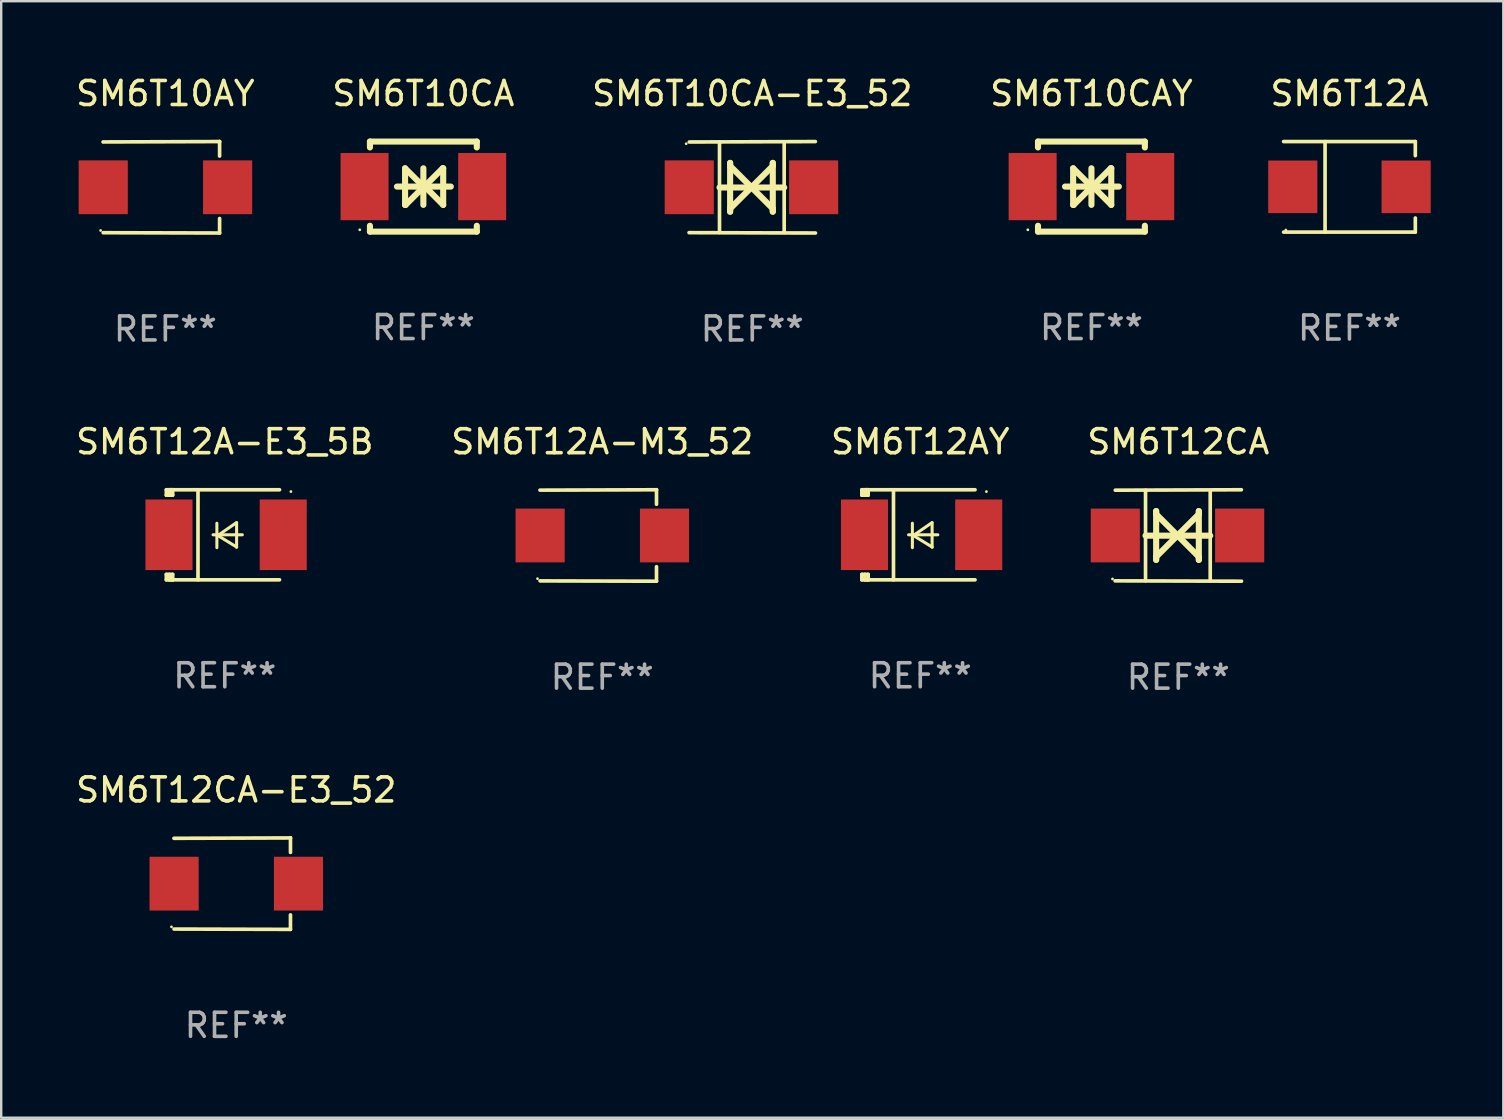
<source format=kicad_pcb>
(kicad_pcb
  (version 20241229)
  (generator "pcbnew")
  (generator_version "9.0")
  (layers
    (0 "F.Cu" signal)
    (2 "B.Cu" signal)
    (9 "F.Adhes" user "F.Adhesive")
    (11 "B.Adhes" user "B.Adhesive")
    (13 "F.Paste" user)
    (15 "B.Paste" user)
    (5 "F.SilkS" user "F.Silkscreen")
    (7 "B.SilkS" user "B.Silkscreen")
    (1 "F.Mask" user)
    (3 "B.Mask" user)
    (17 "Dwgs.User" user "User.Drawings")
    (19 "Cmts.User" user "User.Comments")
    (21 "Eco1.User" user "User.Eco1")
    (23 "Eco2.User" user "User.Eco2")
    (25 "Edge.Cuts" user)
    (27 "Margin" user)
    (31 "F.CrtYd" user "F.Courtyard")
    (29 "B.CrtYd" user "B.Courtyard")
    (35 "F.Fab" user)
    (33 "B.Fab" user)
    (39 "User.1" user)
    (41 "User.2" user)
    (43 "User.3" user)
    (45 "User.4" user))
  (footprint "SM6T10CA-E3_52"
    (layer "F.Cu")
    (at 28.292 4.753)
    (property "Reference" "SM6T10CA-E3_52" (at 0 -3.905 0) (layer "F.SilkS") (effects (font (size 1 1) (thickness 0.15))))
    (attr through_hole)
    (fp_line (start -1.365 1.886) (end -1.365 -1.886) (stroke (width 0.152) (type solid)) (layer "F.SilkS"))
    (fp_line (start -1.365 0.008) (end 1.33 0.008) (stroke (width 0.254) (type solid)) (layer "F.SilkS"))
    (fp_line (start -0.923 -1.016) (end -0.923 1.016) (stroke (width 0.254) (type solid)) (layer "F.SilkS"))
    (fp_line (start -0.923 -0.889) (end -0.923 -1.016) (stroke (width 0.254) (type solid)) (layer "F.SilkS"))
    (fp_line (start -0.923 0.889) (end -0.034 0) (stroke (width 0.254) (type solid)) (layer "F.SilkS"))
    (fp_line (start -0.923 1.016) (end -0.923 0.889) (stroke (width 0.254) (type solid)) (layer "F.SilkS"))
    (fp_line (start -0.034 0) (end -0.923 -0.889) (stroke (width 0.254) (type solid)) (layer "F.SilkS"))
    (fp_line (start -0.034 0) (end 0.855 0.889) (stroke (width 0.254) (type solid)) (layer "F.SilkS"))
    (fp_line (start 0.855 -1.016) (end 0.855 -0.889) (stroke (width 0.254) (type solid)) (layer "F.SilkS"))
    (fp_line (start 0.855 -0.889) (end -0.034 0) (stroke (width 0.254) (type solid)) (layer "F.SilkS"))
    (fp_line (start 0.855 0.889) (end 0.855 1.016) (stroke (width 0.254) (type solid)) (layer "F.SilkS"))
    (fp_line (start 0.855 1.016) (end 0.855 -1.016) (stroke (width 0.254) (type solid)) (layer "F.SilkS"))
    (fp_line (start 1.33 1.886) (end 1.33 -1.886) (stroke (width 0.152) (type solid)) (layer "F.SilkS"))
    (fp_line (start 2.629 -1.905) (end -2.625 -1.887) (stroke (width 0.152) (type solid)) (layer "F.SilkS"))
    (fp_line (start 2.633 1.905) (end -2.633 1.89) (stroke (width 0.152) (type solid)) (layer "F.SilkS"))
    (fp_circle (center -2.753 -1.816) (end -2.723 -1.816) (stroke (width 0.06) (type solid)) (fill no) (layer "F.SilkS"))
    (fp_text user "REF**" (at 0 5.905 0) (layer "F.Fab") (effects (font (size 1 1) (thickness 0.15))))
    (pad "1" smd rect (at -2.625 0) (size 2.047 2.241) (layers "F.Cu" "F.Mask" "F.Paste"))
    (pad "2" smd rect (at 2.557 0) (size 2.047 2.241) (layers "F.Cu" "F.Mask" "F.Paste")))
  (footprint "SM6T12A-M3_52"
    (layer "F.Cu")
    (at 22.042 19.26)
    (property "Reference" "SM6T12A-M3_52" (at 0 -3.905 0) (layer "F.SilkS") (effects (font (size 1 1) (thickness 0.15))))
    (attr through_hole)
    (fp_line (start 2.256 -1.905) (end -2.594 -1.889) (stroke (width 0.152) (type solid)) (layer "F.SilkS"))
    (fp_line (start 2.256 -1.905) (end 2.26 -1.905) (stroke (width 0.152) (type solid)) (layer "F.SilkS"))
    (fp_line (start 2.26 -1.905) (end 2.26 -1.301) (stroke (width 0.152) (type solid)) (layer "F.SilkS"))
    (fp_line (start 2.26 1.301) (end 2.26 1.905) (stroke (width 0.152) (type solid)) (layer "F.SilkS"))
    (fp_line (start 2.26 1.905) (end -2.59 1.892) (stroke (width 0.152) (type solid)) (layer "F.SilkS"))
    (fp_circle (center -2.697 1.8) (end -2.667 1.8) (stroke (width 0.06) (type solid)) (fill no) (layer "F.SilkS"))
    (fp_text user "REF**" (at 0 5.905 0) (layer "F.Fab") (effects (font (size 1 1) (thickness 0.15))))
    (pad "1" smd rect (at -2.588 0) (size 2.047 2.241) (layers "F.Cu" "F.Mask" "F.Paste"))
    (pad "2" smd rect (at 2.594 0) (size 2.047 2.241) (layers "F.Cu" "F.Mask" "F.Paste")))
  (footprint "SM6T10AY"
    (layer "F.Cu")
    (at 3.839 4.753)
    (property "Reference" "SM6T10AY" (at 0 -3.905 0) (layer "F.SilkS") (effects (font (size 1 1) (thickness 0.15))))
    (attr through_hole)
    (fp_line (start 2.256 -1.905) (end -2.594 -1.889) (stroke (width 0.152) (type solid)) (layer "F.SilkS"))
    (fp_line (start 2.256 -1.905) (end 2.26 -1.905) (stroke (width 0.152) (type solid)) (layer "F.SilkS"))
    (fp_line (start 2.26 -1.905) (end 2.26 -1.301) (stroke (width 0.152) (type solid)) (layer "F.SilkS"))
    (fp_line (start 2.26 1.301) (end 2.26 1.905) (stroke (width 0.152) (type solid)) (layer "F.SilkS"))
    (fp_line (start 2.26 1.905) (end -2.59 1.892) (stroke (width 0.152) (type solid)) (layer "F.SilkS"))
    (fp_circle (center -2.697 1.8) (end -2.667 1.8) (stroke (width 0.06) (type solid)) (fill no) (layer "F.SilkS"))
    (fp_text user "REF**" (at 0 5.905 0) (layer "F.Fab") (effects (font (size 1 1) (thickness 0.15))))
    (pad "1" smd rect (at -2.588 0) (size 2.047 2.241) (layers "F.Cu" "F.Mask" "F.Paste"))
    (pad "2" smd rect (at 2.594 0) (size 2.047 2.241) (layers "F.Cu" "F.Mask" "F.Paste")))
  (footprint "SM6T12CA"
    (layer "F.Cu")
    (at 46.042 19.26)
    (property "Reference" "SM6T12CA" (at 0 -3.905 0) (layer "F.SilkS") (effects (font (size 1 1) (thickness 0.15))))
    (attr through_hole)
    (fp_line (start -1.365 1.886) (end -1.365 -1.886) (stroke (width 0.152) (type solid)) (layer "F.SilkS"))
    (fp_line (start -1.365 0.008) (end 1.33 0.008) (stroke (width 0.254) (type solid)) (layer "F.SilkS"))
    (fp_line (start -0.923 -1.016) (end -0.923 1.016) (stroke (width 0.254) (type solid)) (layer "F.SilkS"))
    (fp_line (start -0.923 -0.889) (end -0.923 -1.016) (stroke (width 0.254) (type solid)) (layer "F.SilkS"))
    (fp_line (start -0.923 0.889) (end -0.034 0) (stroke (width 0.254) (type solid)) (layer "F.SilkS"))
    (fp_line (start -0.923 1.016) (end -0.923 0.889) (stroke (width 0.254) (type solid)) (layer "F.SilkS"))
    (fp_line (start -0.034 0) (end -0.923 -0.889) (stroke (width 0.254) (type solid)) (layer "F.SilkS"))
    (fp_line (start -0.034 0) (end 0.855 0.889) (stroke (width 0.254) (type solid)) (layer "F.SilkS"))
    (fp_line (start 0.855 -1.016) (end 0.855 -0.889) (stroke (width 0.254) (type solid)) (layer "F.SilkS"))
    (fp_line (start 0.855 -0.889) (end -0.034 0) (stroke (width 0.254) (type solid)) (layer "F.SilkS"))
    (fp_line (start 0.855 0.889) (end 0.855 1.016) (stroke (width 0.254) (type solid)) (layer "F.SilkS"))
    (fp_line (start 0.855 1.016) (end 0.855 -1.016) (stroke (width 0.254) (type solid)) (layer "F.SilkS"))
    (fp_line (start 1.33 1.886) (end 1.33 -1.886) (stroke (width 0.152) (type solid)) (layer "F.SilkS"))
    (fp_line (start 2.629 -1.905) (end -2.625 -1.887) (stroke (width 0.152) (type solid)) (layer "F.SilkS"))
    (fp_line (start 2.633 1.905) (end -2.633 1.89) (stroke (width 0.152) (type solid)) (layer "F.SilkS"))
    (fp_circle (center -2.741 1.81) (end -2.711 1.81) (stroke (width 0.06) (type solid)) (fill no) (layer "F.SilkS"))
    (fp_text user "REF**" (at 0 5.905 0) (layer "F.Fab") (effects (font (size 1 1) (thickness 0.15))))
    (pad "1" smd rect (at -2.625 0) (size 2.047 2.241) (layers "F.Cu" "F.Mask" "F.Paste"))
    (pad "2" smd rect (at 2.557 0) (size 2.047 2.241) (layers "F.Cu" "F.Mask" "F.Paste")))
  (footprint "SM6T12CA-E3_52"
    (layer "F.Cu")
    (at 6.792 33.766)
    (property "Reference" "SM6T12CA-E3_52" (at 0 -3.905 0) (layer "F.SilkS") (effects (font (size 1 1) (thickness 0.15))))
    (attr through_hole)
    (fp_line (start 2.256 -1.905) (end -2.594 -1.889) (stroke (width 0.152) (type solid)) (layer "F.SilkS"))
    (fp_line (start 2.256 -1.905) (end 2.26 -1.905) (stroke (width 0.152) (type solid)) (layer "F.SilkS"))
    (fp_line (start 2.26 -1.905) (end 2.26 -1.301) (stroke (width 0.152) (type solid)) (layer "F.SilkS"))
    (fp_line (start 2.26 1.301) (end 2.26 1.905) (stroke (width 0.152) (type solid)) (layer "F.SilkS"))
    (fp_line (start 2.26 1.905) (end -2.59 1.892) (stroke (width 0.152) (type solid)) (layer "F.SilkS"))
    (fp_circle (center -2.697 1.8) (end -2.667 1.8) (stroke (width 0.06) (type solid)) (fill no) (layer "F.SilkS"))
    (fp_text user "REF**" (at 0 5.905 0) (layer "F.Fab") (effects (font (size 1 1) (thickness 0.15))))
    (pad "1" smd rect (at -2.588 0) (size 2.047 2.241) (layers "F.Cu" "F.Mask" "F.Paste"))
    (pad "2" smd rect (at 2.594 0) (size 2.047 2.241) (layers "F.Cu" "F.Mask" "F.Paste")))
  (footprint "SM6T10CA"
    (layer "F.Cu")
    (at 14.589 4.724)
    (property "Reference" "SM6T10CA" (at 0 -3.876 0) (layer "F.SilkS") (effects (font (size 1 1) (thickness 0.15))))
    (attr through_hole)
    (fp_line (start -2.226 -1.876) (end -2.226 -1.631) (stroke (width 0.254) (type solid)) (layer "F.SilkS"))
    (fp_line (start -2.226 -1.876) (end 2.226 -1.876) (stroke (width 0.254) (type solid)) (layer "F.SilkS"))
    (fp_line (start -2.226 1.631) (end -2.226 1.876) (stroke (width 0.254) (type solid)) (layer "F.SilkS"))
    (fp_line (start -2.226 1.876) (end 2.226 1.876) (stroke (width 0.254) (type solid)) (layer "F.SilkS"))
    (fp_line (start -1.1 0) (end 1.143 0) (stroke (width 0.254) (type solid)) (layer "F.SilkS"))
    (fp_line (start -0.762 -0.762) (end -0.762 0.762) (stroke (width 0.254) (type solid)) (layer "F.SilkS"))
    (fp_line (start -0.762 0.762) (end -0.741 0.762) (stroke (width 0.254) (type solid)) (layer "F.SilkS"))
    (fp_line (start -0.741 0.762) (end 0.021 0) (stroke (width 0.254) (type solid)) (layer "F.SilkS"))
    (fp_line (start 0 -0.762) (end 0 0.762) (stroke (width 0.254) (type solid)) (layer "F.SilkS"))
    (fp_line (start 0 0) (end -0.762 -0.762) (stroke (width 0.254) (type solid)) (layer "F.SilkS"))
    (fp_line (start 0.021 0) (end 0 0) (stroke (width 0.254) (type solid)) (layer "F.SilkS"))
    (fp_line (start 0.042 0) (end 0.064 0) (stroke (width 0.254) (type solid)) (layer "F.SilkS"))
    (fp_line (start 0.064 0) (end 0.826 0.762) (stroke (width 0.254) (type solid)) (layer "F.SilkS"))
    (fp_line (start 0.804 -0.762) (end 0.042 0) (stroke (width 0.254) (type solid)) (layer "F.SilkS"))
    (fp_line (start 0.826 -0.762) (end 0.804 -0.762) (stroke (width 0.254) (type solid)) (layer "F.SilkS"))
    (fp_line (start 0.826 0.762) (end 0.826 -0.762) (stroke (width 0.254) (type solid)) (layer "F.SilkS"))
    (fp_line (start 2.226 -1.876) (end 2.226 -1.631) (stroke (width 0.254) (type solid)) (layer "F.SilkS"))
    (fp_line (start 2.226 1.631) (end 2.226 1.876) (stroke (width 0.254) (type solid)) (layer "F.SilkS"))
    (fp_circle (center -2.65 1.8) (end -2.62 1.8) (stroke (width 0.06) (type solid)) (fill no) (layer "F.SilkS"))
    (fp_text user "REF**" (at 0 5.876 0) (layer "F.Fab") (effects (font (size 1 1) (thickness 0.15))))
    (pad "1" smd rect (at -2.45 0 180) (size 2 2.8) (layers "F.Cu" "F.Mask" "F.Paste"))
    (pad "2" smd rect (at 2.45 0 180) (size 2 2.8) (layers "F.Cu" "F.Mask" "F.Paste")))
  (footprint "SM6T12A"
    (layer "F.Cu")
    (at 53.173 4.734)
    (property "Reference" "SM6T12A" (at 0 -3.886 0) (layer "F.SilkS") (effects (font (size 1 1) (thickness 0.15))))
    (attr through_hole)
    (fp_line (start -2.744 -1.886) (end 2.744 -1.886) (stroke (width 0.152) (type solid)) (layer "F.SilkS"))
    (fp_line (start -2.744 1.886) (end 2.744 1.886) (stroke (width 0.152) (type solid)) (layer "F.SilkS"))
    (fp_line (start -1.016 -1.886) (end -1.016 1.886) (stroke (width 0.152) (type solid)) (layer "F.SilkS"))
    (fp_line (start 2.744 -1.886) (end 2.744 -1.299) (stroke (width 0.152) (type solid)) (layer "F.SilkS"))
    (fp_line (start 2.744 1.886) (end 2.744 1.299) (stroke (width 0.152) (type solid)) (layer "F.SilkS"))
    (fp_circle (center -2.65 1.8) (end -2.62 1.8) (stroke (width 0.06) (type solid)) (fill no) (layer "F.SilkS"))
    (fp_text user "REF**" (at 0 5.886 0) (layer "F.Fab") (effects (font (size 1 1) (thickness 0.15))))
    (pad "1" smd rect (at -2.361 0) (size 2.047 2.192) (layers "F.Cu" "F.Mask" "F.Paste"))
    (pad "2" smd rect (at 2.361 0) (size 2.047 2.192) (layers "F.Cu" "F.Mask" "F.Paste")))
  (footprint "SM6T10CAY"
    (layer "F.Cu")
    (at 42.423 4.724)
    (property "Reference" "SM6T10CAY" (at 0 -3.876 0) (layer "F.SilkS") (effects (font (size 1 1) (thickness 0.15))))
    (attr through_hole)
    (fp_line (start -2.226 -1.876) (end -2.226 -1.631) (stroke (width 0.254) (type solid)) (layer "F.SilkS"))
    (fp_line (start -2.226 -1.876) (end 2.226 -1.876) (stroke (width 0.254) (type solid)) (layer "F.SilkS"))
    (fp_line (start -2.226 1.631) (end -2.226 1.876) (stroke (width 0.254) (type solid)) (layer "F.SilkS"))
    (fp_line (start -2.226 1.876) (end 2.226 1.876) (stroke (width 0.254) (type solid)) (layer "F.SilkS"))
    (fp_line (start -1.1 0) (end 1.143 0) (stroke (width 0.254) (type solid)) (layer "F.SilkS"))
    (fp_line (start -0.762 -0.762) (end -0.762 0.762) (stroke (width 0.254) (type solid)) (layer "F.SilkS"))
    (fp_line (start -0.762 0.762) (end -0.741 0.762) (stroke (width 0.254) (type solid)) (layer "F.SilkS"))
    (fp_line (start -0.741 0.762) (end 0.021 0) (stroke (width 0.254) (type solid)) (layer "F.SilkS"))
    (fp_line (start 0 -0.762) (end 0 0.762) (stroke (width 0.254) (type solid)) (layer "F.SilkS"))
    (fp_line (start 0 0) (end -0.762 -0.762) (stroke (width 0.254) (type solid)) (layer "F.SilkS"))
    (fp_line (start 0.021 0) (end 0 0) (stroke (width 0.254) (type solid)) (layer "F.SilkS"))
    (fp_line (start 0.042 0) (end 0.064 0) (stroke (width 0.254) (type solid)) (layer "F.SilkS"))
    (fp_line (start 0.064 0) (end 0.826 0.762) (stroke (width 0.254) (type solid)) (layer "F.SilkS"))
    (fp_line (start 0.804 -0.762) (end 0.042 0) (stroke (width 0.254) (type solid)) (layer "F.SilkS"))
    (fp_line (start 0.826 -0.762) (end 0.804 -0.762) (stroke (width 0.254) (type solid)) (layer "F.SilkS"))
    (fp_line (start 0.826 0.762) (end 0.826 -0.762) (stroke (width 0.254) (type solid)) (layer "F.SilkS"))
    (fp_line (start 2.226 -1.876) (end 2.226 -1.631) (stroke (width 0.254) (type solid)) (layer "F.SilkS"))
    (fp_line (start 2.226 1.631) (end 2.226 1.876) (stroke (width 0.254) (type solid)) (layer "F.SilkS"))
    (fp_circle (center -2.65 1.8) (end -2.62 1.8) (stroke (width 0.06) (type solid)) (fill no) (layer "F.SilkS"))
    (fp_text user "REF**" (at 0 5.876 0) (layer "F.Fab") (effects (font (size 1 1) (thickness 0.15))))
    (pad "1" smd rect (at -2.45 0 180) (size 2 2.8) (layers "F.Cu" "F.Mask" "F.Paste"))
    (pad "2" smd rect (at 2.45 0 180) (size 2 2.8) (layers "F.Cu" "F.Mask" "F.Paste")))
  (footprint "SM6T12AY"
    (layer "F.Cu")
    (at 35.292 19.231)
    (property "Reference" "SM6T12AY" (at 0 -3.876 0) (layer "F.SilkS") (effects (font (size 1 1) (thickness 0.15))))
    (attr through_hole)
    (fp_line (start -2.435 1.65) (end -2.171 1.65) (stroke (width 0.152) (type solid)) (layer "F.SilkS"))
    (fp_line (start -2.435 1.876) (end -2.435 1.65) (stroke (width 0.152) (type solid)) (layer "F.SilkS"))
    (fp_line (start -2.435 -1.876) (end -2.171 -1.876) (stroke (width 0.152) (type solid)) (layer "F.SilkS"))
    (fp_line (start -2.435 -1.65) (end -2.435 -1.876) (stroke (width 0.152) (type solid)) (layer "F.SilkS"))
    (fp_line (start -2.305 -1.866) (end -2.295 -1.876) (stroke (width 0.152) (type solid)) (layer "F.SilkS"))
    (fp_line (start -2.305 -1.65) (end -2.305 -1.866) (stroke (width 0.152) (type solid)) (layer "F.SilkS"))
    (fp_line (start -2.305 1.876) (end -2.305 1.65) (stroke (width 0.152) (type solid)) (layer "F.SilkS"))
    (fp_line (start -2.295 -1.876) (end -2.295 -1.65) (stroke (width 0.152) (type solid)) (layer "F.SilkS"))
    (fp_line (start -2.171 1.876) (end -2.435 1.876) (stroke (width 0.152) (type solid)) (layer "F.SilkS"))
    (fp_line (start -2.171 -1.65) (end -2.435 -1.65) (stroke (width 0.152) (type solid)) (layer "F.SilkS"))
    (fp_line (start -2.171 -1.876) (end -2.295 -1.876) (stroke (width 0.152) (type solid)) (layer "F.SilkS"))
    (fp_line (start -2.171 -1.65) (end -2.171 -1.876) (stroke (width 0.152) (type solid)) (layer "F.SilkS"))
    (fp_line (start -2.171 1.876) (end -2.305 1.876) (stroke (width 0.152) (type solid)) (layer "F.SilkS"))
    (fp_line (start -2.171 1.876) (end -2.171 1.65) (stroke (width 0.152) (type solid)) (layer "F.SilkS"))
    (fp_line (start -1.116 1.876) (end -1.116 -1.876) (stroke (width 0.152) (type solid)) (layer "F.SilkS"))
    (fp_line (start -0.488 0.000102) (end 0.731 0.000102) (stroke (width 0.127) (type solid)) (layer "F.SilkS"))
    (fp_line (start -0.329 -0.48) (end -0.329 0.536) (stroke (width 0.127) (type solid)) (layer "F.SilkS"))
    (fp_line (start -0.29 0.03) (end 0.493 0.51) (stroke (width 0.127) (type solid)) (layer "F.SilkS"))
    (fp_line (start 0.493 -0.51) (end -0.29 0.03) (stroke (width 0.127) (type solid)) (layer "F.SilkS"))
    (fp_line (start 0.493 0.52) (end 0.493 -0.496) (stroke (width 0.127) (type solid)) (layer "F.SilkS"))
    (fp_line (start 2.281 -1.876) (end -2.171 -1.876) (stroke (width 0.152) (type solid)) (layer "F.SilkS"))
    (fp_line (start 2.281 1.876) (end -2.171 1.876) (stroke (width 0.152) (type solid)) (layer "F.SilkS"))
    (fp_circle (center 2.755 -1.8) (end 2.785 -1.8) (stroke (width 0.06) (type solid)) (fill no) (layer "F.SilkS"))
    (fp_text user "REF**" (at 0 5.876 0) (layer "F.Fab") (effects (font (size 1 1) (thickness 0.15))))
    (pad "1" smd rect (at 2.435 -0.000025 180) (size 1.96 2.94) (layers "F.Cu" "F.Mask" "F.Paste"))
    (pad "2" smd rect (at -2.325 -0.000025 180) (size 1.96 2.94) (layers "F.Cu" "F.Mask" "F.Paste")))
  (footprint "SM6T12A-E3_5B"
    (layer "F.Cu")
    (at 6.315 19.231)
    (property "Reference" "SM6T12A-E3_5B" (at 0 -3.876 0) (layer "F.SilkS") (effects (font (size 1 1) (thickness 0.15))))
    (attr through_hole)
    (fp_line (start -2.435 1.65) (end -2.171 1.65) (stroke (width 0.152) (type solid)) (layer "F.SilkS"))
    (fp_line (start -2.435 1.876) (end -2.435 1.65) (stroke (width 0.152) (type solid)) (layer "F.SilkS"))
    (fp_line (start -2.435 -1.876) (end -2.171 -1.876) (stroke (width 0.152) (type solid)) (layer "F.SilkS"))
    (fp_line (start -2.435 -1.65) (end -2.435 -1.876) (stroke (width 0.152) (type solid)) (layer "F.SilkS"))
    (fp_line (start -2.305 -1.866) (end -2.295 -1.876) (stroke (width 0.152) (type solid)) (layer "F.SilkS"))
    (fp_line (start -2.305 -1.65) (end -2.305 -1.866) (stroke (width 0.152) (type solid)) (layer "F.SilkS"))
    (fp_line (start -2.305 1.876) (end -2.305 1.65) (stroke (width 0.152) (type solid)) (layer "F.SilkS"))
    (fp_line (start -2.295 -1.876) (end -2.295 -1.65) (stroke (width 0.152) (type solid)) (layer "F.SilkS"))
    (fp_line (start -2.171 1.876) (end -2.435 1.876) (stroke (width 0.152) (type solid)) (layer "F.SilkS"))
    (fp_line (start -2.171 -1.65) (end -2.435 -1.65) (stroke (width 0.152) (type solid)) (layer "F.SilkS"))
    (fp_line (start -2.171 -1.876) (end -2.295 -1.876) (stroke (width 0.152) (type solid)) (layer "F.SilkS"))
    (fp_line (start -2.171 -1.65) (end -2.171 -1.876) (stroke (width 0.152) (type solid)) (layer "F.SilkS"))
    (fp_line (start -2.171 1.876) (end -2.305 1.876) (stroke (width 0.152) (type solid)) (layer "F.SilkS"))
    (fp_line (start -2.171 1.876) (end -2.171 1.65) (stroke (width 0.152) (type solid)) (layer "F.SilkS"))
    (fp_line (start -1.116 1.876) (end -1.116 -1.876) (stroke (width 0.152) (type solid)) (layer "F.SilkS"))
    (fp_line (start -0.488 0.000102) (end 0.731 0.000102) (stroke (width 0.127) (type solid)) (layer "F.SilkS"))
    (fp_line (start -0.329 -0.48) (end -0.329 0.536) (stroke (width 0.127) (type solid)) (layer "F.SilkS"))
    (fp_line (start -0.29 0.03) (end 0.493 0.51) (stroke (width 0.127) (type solid)) (layer "F.SilkS"))
    (fp_line (start 0.493 -0.51) (end -0.29 0.03) (stroke (width 0.127) (type solid)) (layer "F.SilkS"))
    (fp_line (start 0.493 0.52) (end 0.493 -0.496) (stroke (width 0.127) (type solid)) (layer "F.SilkS"))
    (fp_line (start 2.281 -1.876) (end -2.171 -1.876) (stroke (width 0.152) (type solid)) (layer "F.SilkS"))
    (fp_line (start 2.281 1.876) (end -2.171 1.876) (stroke (width 0.152) (type solid)) (layer "F.SilkS"))
    (fp_circle (center 2.755 -1.8) (end 2.785 -1.8) (stroke (width 0.06) (type solid)) (fill no) (layer "F.SilkS"))
    (fp_text user "REF**" (at 0 5.876 0) (layer "F.Fab") (effects (font (size 1 1) (thickness 0.15))))
    (pad "1" smd rect (at 2.435 -0.000025 180) (size 1.96 2.94) (layers "F.Cu" "F.Mask" "F.Paste"))
    (pad "2" smd rect (at -2.325 -0.000025 180) (size 1.96 2.94) (layers "F.Cu" "F.Mask" "F.Paste")))
  (gr_rect
    (start -3 -3)
    (end 59.583 43.52)
    (stroke (width 0.1) (type default))
    (fill no)
    (layer "Edge.Cuts")))
</source>
